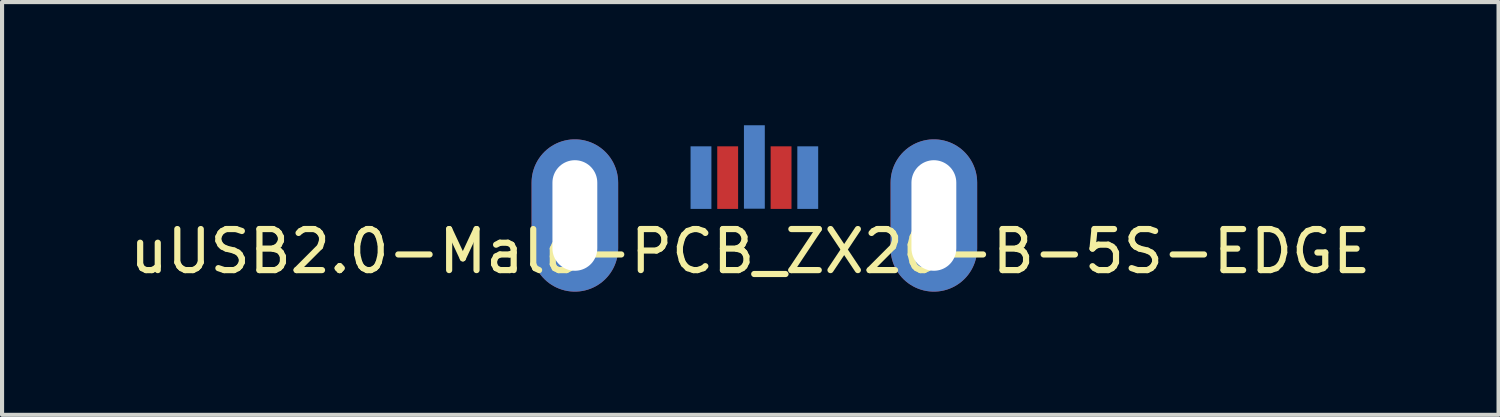
<source format=kicad_pcb>
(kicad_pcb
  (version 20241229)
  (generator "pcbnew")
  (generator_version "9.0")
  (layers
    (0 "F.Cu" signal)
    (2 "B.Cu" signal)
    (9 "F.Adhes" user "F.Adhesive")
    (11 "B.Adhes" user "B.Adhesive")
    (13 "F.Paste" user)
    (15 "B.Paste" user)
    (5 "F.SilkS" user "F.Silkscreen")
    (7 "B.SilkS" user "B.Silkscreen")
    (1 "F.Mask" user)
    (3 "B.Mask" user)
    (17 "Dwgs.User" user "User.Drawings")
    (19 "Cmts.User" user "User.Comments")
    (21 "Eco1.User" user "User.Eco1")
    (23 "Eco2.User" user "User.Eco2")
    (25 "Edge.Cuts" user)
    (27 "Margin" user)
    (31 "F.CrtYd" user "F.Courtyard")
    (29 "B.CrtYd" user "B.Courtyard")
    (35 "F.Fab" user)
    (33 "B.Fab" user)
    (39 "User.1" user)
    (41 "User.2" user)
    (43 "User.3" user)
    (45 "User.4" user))
  (footprint "uUSB2.0-Male-PCB_ZX20-B-5S-EDGE"
    (layer "F.Cu")
    (at 15.319 1.486)
    (property "Reference" "uUSB2.0-Male-PCB_ZX20-B-5S-EDGE" (at -0.099 1.586 0) (layer "F.SilkS") (effects (font (size 1 1) (thickness 0.15))))
    (attr through_hole)
    (pad "1" connect rect (at 1.3 -0.211) (size 0.508 1.524) (layers "B.Cu" "B.Mask"))
    (pad "2" connect rect (at 0.65 -0.211) (size 0.508 1.524) (layers "F.Cu" "F.Mask"))
    (pad "3" connect rect (at 0 -0.47) (size 0.508 2.032) (layers "B.Cu" "B.Mask"))
    (pad "4" connect rect (at -0.65 -0.211) (size 0.508 1.524) (layers "F.Cu" "F.Mask"))
    (pad "5" connect rect (at -1.3 -0.211) (size 0.508 1.524) (layers "B.Cu" "B.Mask"))
    (pad "6" thru_hole oval (at -4.371 0.711) (size 2.108 3.708) (drill oval 1.092 2.692) (layers "*.Cu" "*.Mask"))
    (pad "6" thru_hole oval (at 4.371 0.711) (size 2.108 3.708) (drill oval 1.092 2.692) (layers "*.Cu" "*.Mask")))
  (gr_rect
    (start -3 -3)
    (end 33.44 7.051)
    (stroke (width 0.1) (type default))
    (fill no)
    (layer "Edge.Cuts")))
</source>
